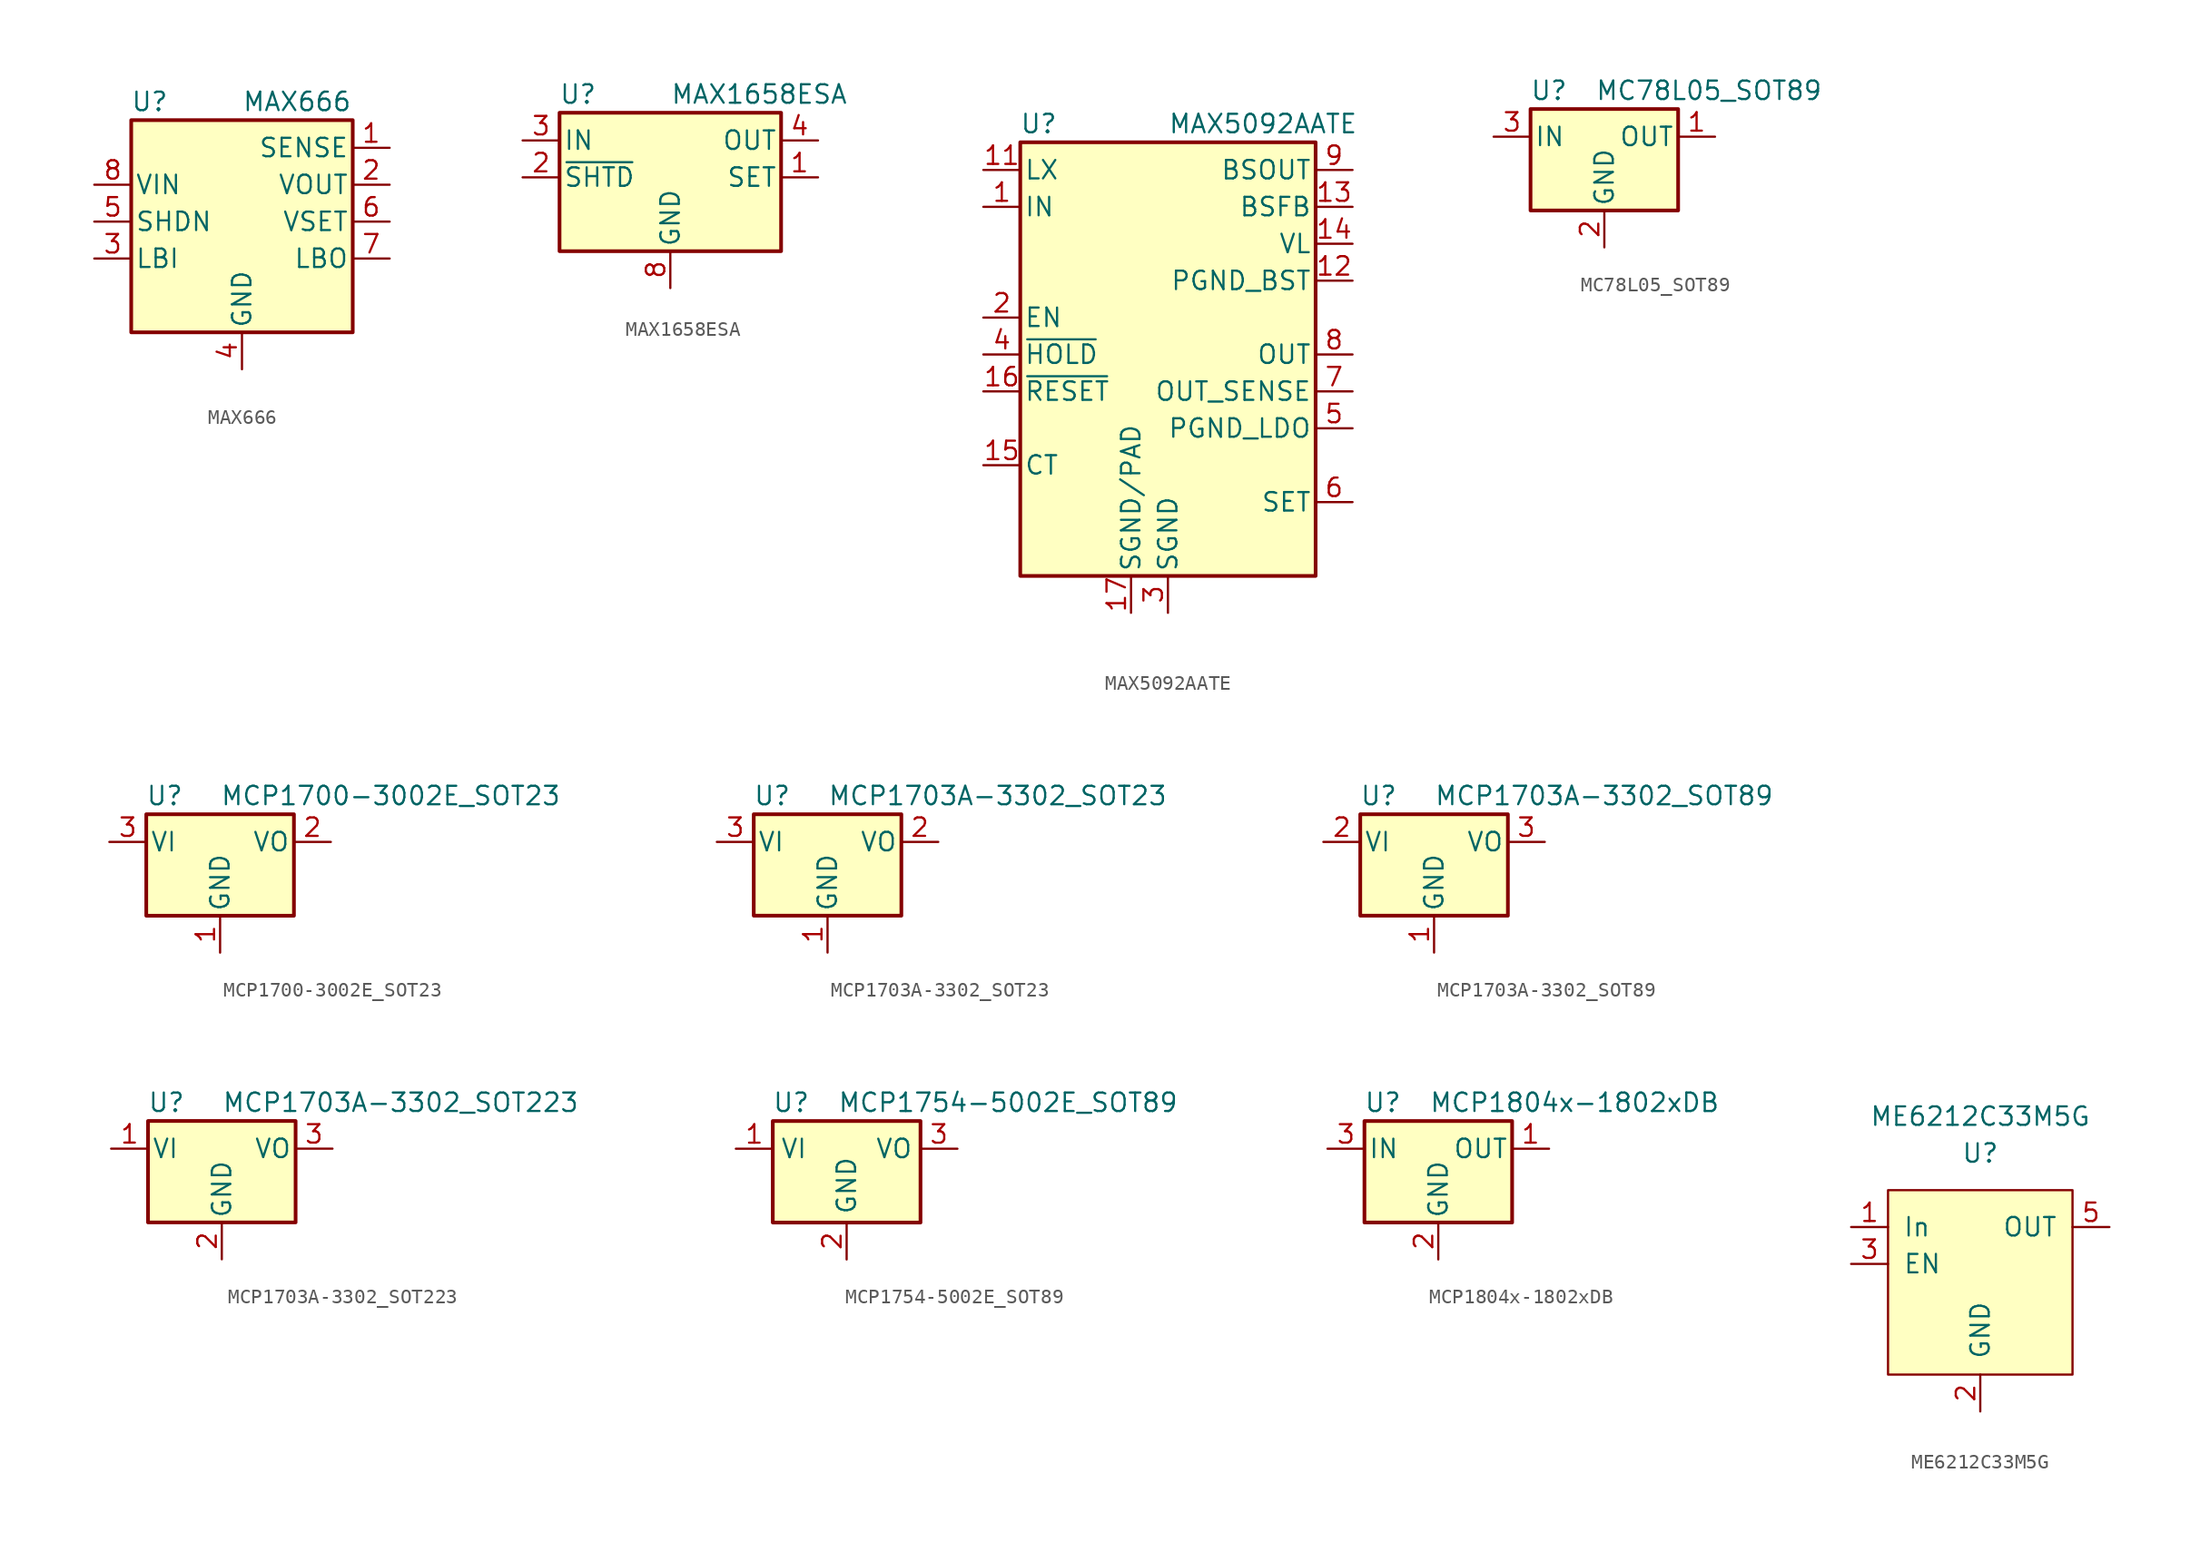
<source format=kicad_sym>
(kicad_symbol_lib
  (version 20201005)
  (generator kicad_symbol_editor)
  (symbol "MAX666"
    (pin_names
      (offset 0.254))
    (property "Reference" "U"
      (at -6.35 8.255 0)
      (effects (font (size 1.27 1.27))))
    (property "Value" "MAX666"
      (at 0 8.255 0)
      (effects (font (size 1.27 1.27)) (justify left)))
    (symbol "MAX666_0_1"
      (rectangle (start -7.62 -7.62) (end 7.62 6.985) (stroke (width 0.254)) (fill (type background))))
    (symbol "MAX666_1_1"
      (pin input line (at 10.16 5.08 180) (length 2.54) (name "SENSE" (effects (font (size 1.27 1.27)))) (number "1" (effects (font (size 1.27 1.27)))))
      (pin power_out line (at 10.16 2.54 180) (length 2.54) (name "VOUT" (effects (font (size 1.27 1.27)))) (number "2" (effects (font (size 1.27 1.27)))))
      (pin input line (at -10.16 -2.54 0) (length 2.54) (name "LBI" (effects (font (size 1.27 1.27)))) (number "3" (effects (font (size 1.27 1.27)))))
      (pin power_in line (at 0 -10.16 90) (length 2.54) (name "GND" (effects (font (size 1.27 1.27)))) (number "4" (effects (font (size 1.27 1.27)))))
      (pin input line (at -10.16 0 0) (length 2.54) (name "SHDN" (effects (font (size 1.27 1.27)))) (number "5" (effects (font (size 1.27 1.27)))))
      (pin input line (at 10.16 0 180) (length 2.54) (name "VSET" (effects (font (size 1.27 1.27)))) (number "6" (effects (font (size 1.27 1.27)))))
      (pin output line (at 10.16 -2.54 180) (length 2.54) (name "LBO" (effects (font (size 1.27 1.27)))) (number "7" (effects (font (size 1.27 1.27)))))
      (pin power_in line (at -10.16 2.54 0) (length 2.54) (name "VIN" (effects (font (size 1.27 1.27)))) (number "8" (effects (font (size 1.27 1.27)))))))
  (symbol "MAX1658ESA"
    (pin_names
      (offset 0.254))
    (property "Reference" "U"
      (at -6.35 5.715 0)
      (effects (font (size 1.27 1.27))))
    (property "Value" "MAX1658ESA"
      (at 0 5.715 0)
      (effects (font (size 1.27 1.27)) (justify left)))
    (symbol "MAX1658ESA_0_1"
      (rectangle (start -7.62 4.445) (end 7.62 -5.08) (stroke (width 0.254)) (fill (type background))))
    (symbol "MAX1658ESA_1_1"
      (pin passive line (at 10.16 0 180) (length 2.54) (name "SET" (effects (font (size 1.27 1.27)))) (number "1" (effects (font (size 1.27 1.27)))))
      (pin input line (at -10.16 0 0) (length 2.54) (name "~SHTD" (effects (font (size 1.27 1.27)))) (number "2" (effects (font (size 1.27 1.27)))))
      (pin power_in line (at -10.16 2.54 0) (length 2.54) (name "IN" (effects (font (size 1.27 1.27)))) (number "3" (effects (font (size 1.27 1.27)))))
      (pin power_out line (at 10.16 2.54 180) (length 2.54) (name "OUT" (effects (font (size 1.27 1.27)))) (number "4" (effects (font (size 1.27 1.27)))))
      (pin passive line (at 10.16 2.54 180) (length 2.54) hide (name "OUT" (effects (font (size 1.27 1.27)))) (number "5" (effects (font (size 1.27 1.27)))))
      (pin passive line (at -10.16 2.54 0) (length 2.54) hide (name "IN" (effects (font (size 1.27 1.27)))) (number "6" (effects (font (size 1.27 1.27)))))
      (pin passive line (at -10.16 2.54 0) (length 2.54) hide (name "IN" (effects (font (size 1.27 1.27)))) (number "7" (effects (font (size 1.27 1.27)))))
      (pin power_in line (at 0 -7.62 90) (length 2.54) (name "GND" (effects (font (size 1.27 1.27)))) (number "8" (effects (font (size 1.27 1.27)))))))
  (symbol "MAX5092AATE"
    (pin_names
      (offset 0.254))
    (property "Reference" "U"
      (at -8.89 15.875 0)
      (effects (font (size 1.27 1.27))))
    (property "Value" "MAX5092AATE"
      (at 0 15.875 0)
      (effects (font (size 1.27 1.27)) (justify left)))
    (symbol "MAX5092AATE_0_1"
      (rectangle (start -10.16 14.605) (end 10.16 -15.24) (stroke (width 0.254)) (fill (type background))))
    (symbol "MAX5092AATE_1_1"
      (pin power_in line (at -12.7 10.16 0) (length 2.54) (name "IN" (effects (font (size 1.27 1.27)))) (number "1" (effects (font (size 1.27 1.27)))))
      (pin passive line (at -12.7 12.7 0) (length 2.54) hide (name "LX" (effects (font (size 1.27 1.27)))) (number "10" (effects (font (size 1.27 1.27)))))
      (pin passive line (at -12.7 12.7 0) (length 2.54) (name "LX" (effects (font (size 1.27 1.27)))) (number "11" (effects (font (size 1.27 1.27)))))
      (pin power_in line (at 12.7 5.08 180) (length 2.54) (name "PGND_BST" (effects (font (size 1.27 1.27)))) (number "12" (effects (font (size 1.27 1.27)))))
      (pin input line (at 12.7 10.16 180) (length 2.54) (name "BSFB" (effects (font (size 1.27 1.27)))) (number "13" (effects (font (size 1.27 1.27)))))
      (pin passive line (at 12.7 7.62 180) (length 2.54) (name "VL" (effects (font (size 1.27 1.27)))) (number "14" (effects (font (size 1.27 1.27)))))
      (pin passive line (at -12.7 -7.62 0) (length 2.54) (name "CT" (effects (font (size 1.27 1.27)))) (number "15" (effects (font (size 1.27 1.27)))))
      (pin open_collector line (at -12.7 -2.54 0) (length 2.54) (name "~RESET~" (effects (font (size 1.27 1.27)))) (number "16" (effects (font (size 1.27 1.27)))))
      (pin power_in line (at -2.54 -17.78 90) (length 2.54) (name "SGND/PAD" (effects (font (size 1.27 1.27)))) (number "17" (effects (font (size 1.27 1.27)))))
      (pin input line (at -12.7 2.54 0) (length 2.54) (name "EN" (effects (font (size 1.27 1.27)))) (number "2" (effects (font (size 1.27 1.27)))))
      (pin power_in line (at 0 -17.78 90) (length 2.54) (name "SGND" (effects (font (size 1.27 1.27)))) (number "3" (effects (font (size 1.27 1.27)))))
      (pin input line (at -12.7 0 0) (length 2.54) (name "~HOLD~" (effects (font (size 1.27 1.27)))) (number "4" (effects (font (size 1.27 1.27)))))
      (pin power_in line (at 12.7 -5.08 180) (length 2.54) (name "PGND_LDO" (effects (font (size 1.27 1.27)))) (number "5" (effects (font (size 1.27 1.27)))))
      (pin input line (at 12.7 -10.16 180) (length 2.54) (name "SET" (effects (font (size 1.27 1.27)))) (number "6" (effects (font (size 1.27 1.27)))))
      (pin input line (at 12.7 -2.54 180) (length 2.54) (name "OUT_SENSE" (effects (font (size 1.27 1.27)))) (number "7" (effects (font (size 1.27 1.27)))))
      (pin power_out line (at 12.7 0 180) (length 2.54) (name "OUT" (effects (font (size 1.27 1.27)))) (number "8" (effects (font (size 1.27 1.27)))))
      (pin power_out line (at 12.7 12.7 180) (length 2.54) (name "BSOUT" (effects (font (size 1.27 1.27)))) (number "9" (effects (font (size 1.27 1.27)))))))
  (symbol "MC78L05_SOT89"
    (pin_names
      (offset 0.254))
    (property "Reference" "U"
      (at -3.81 3.175 0)
      (effects (font (size 1.27 1.27))))
    (property "Value" "MC78L05_SOT89"
      (at -0.635 3.175 0)
      (effects (font (size 1.27 1.27)) (justify left)))
    (symbol "MC78L05_SOT89_0_1"
      (rectangle (start -5.08 1.905) (end 5.08 -5.08) (stroke (width 0.254)) (fill (type background))))
    (symbol "MC78L05_SOT89_1_1"
      (pin power_out line (at 7.62 0 180) (length 2.54) (name "OUT" (effects (font (size 1.27 1.27)))) (number "1" (effects (font (size 1.27 1.27)))))
      (pin power_in line (at 0 -7.62 90) (length 2.54) (name "GND" (effects (font (size 1.27 1.27)))) (number "2" (effects (font (size 1.27 1.27)))))
      (pin power_in line (at -7.62 0 0) (length 2.54) (name "IN" (effects (font (size 1.27 1.27)))) (number "3" (effects (font (size 1.27 1.27)))))))
  (symbol "MCP1700-3002E_SOT23"
    (pin_names
      (offset 0.254))
    (property "Reference" "U"
      (at -3.81 3.175 0)
      (effects (font (size 1.27 1.27))))
    (property "Value" "MCP1700-3002E_SOT23"
      (at 0 3.175 0)
      (effects (font (size 1.27 1.27)) (justify left)))
    (symbol "MCP1700-3002E_SOT23_0_1"
      (rectangle (start -5.08 1.905) (end 5.08 -5.08) (stroke (width 0.254)) (fill (type background))))
    (symbol "MCP1700-3002E_SOT23_1_1"
      (pin power_in line (at 0 -7.62 90) (length 2.54) (name "GND" (effects (font (size 1.27 1.27)))) (number "1" (effects (font (size 1.27 1.27)))))
      (pin power_out line (at 7.62 0 180) (length 2.54) (name "VO" (effects (font (size 1.27 1.27)))) (number "2" (effects (font (size 1.27 1.27)))))
      (pin power_in line (at -7.62 0 0) (length 2.54) (name "VI" (effects (font (size 1.27 1.27)))) (number "3" (effects (font (size 1.27 1.27)))))))
  (symbol "MCP1703A-3302_SOT23"
    (pin_names
      (offset 0.254))
    (property "Reference" "U"
      (at -3.81 3.175 0)
      (effects (font (size 1.27 1.27))))
    (property "Value" "MCP1703A-3302_SOT23"
      (at 0 3.175 0)
      (effects (font (size 1.27 1.27)) (justify left)))
    (symbol "MCP1703A-3302_SOT23_0_1"
      (rectangle (start -5.08 -5.08) (end 5.08 1.905) (stroke (width 0.254)) (fill (type background))))
    (symbol "MCP1703A-3302_SOT23_1_1"
      (pin power_in line (at 0 -7.62 90) (length 2.54) (name "GND" (effects (font (size 1.27 1.27)))) (number "1" (effects (font (size 1.27 1.27)))))
      (pin power_out line (at 7.62 0 180) (length 2.54) (name "VO" (effects (font (size 1.27 1.27)))) (number "2" (effects (font (size 1.27 1.27)))))
      (pin power_in line (at -7.62 0 0) (length 2.54) (name "VI" (effects (font (size 1.27 1.27)))) (number "3" (effects (font (size 1.27 1.27)))))))
  (symbol "MCP1703A-3302_SOT89"
    (pin_names
      (offset 0.254))
    (property "Reference" "U"
      (at -3.81 3.175 0)
      (effects (font (size 1.27 1.27))))
    (property "Value" "MCP1703A-3302_SOT89"
      (at 0 3.175 0)
      (effects (font (size 1.27 1.27)) (justify left)))
    (symbol "MCP1703A-3302_SOT89_0_1"
      (rectangle (start -5.08 -5.08) (end 5.08 1.905) (stroke (width 0.254)) (fill (type background))))
    (symbol "MCP1703A-3302_SOT89_1_1"
      (pin power_in line (at 0 -7.62 90) (length 2.54) (name "GND" (effects (font (size 1.27 1.27)))) (number "1" (effects (font (size 1.27 1.27)))))
      (pin power_in line (at -7.62 0 0) (length 2.54) (name "VI" (effects (font (size 1.27 1.27)))) (number "2" (effects (font (size 1.27 1.27)))))
      (pin power_out line (at 7.62 0 180) (length 2.54) (name "VO" (effects (font (size 1.27 1.27)))) (number "3" (effects (font (size 1.27 1.27)))))))
  (symbol "MCP1703A-3302_SOT223"
    (pin_names
      (offset 0.254))
    (property "Reference" "U"
      (at -3.81 3.175 0)
      (effects (font (size 1.27 1.27))))
    (property "Value" "MCP1703A-3302_SOT223"
      (at 0 3.175 0)
      (effects (font (size 1.27 1.27)) (justify left)))
    (symbol "MCP1703A-3302_SOT223_0_1"
      (rectangle (start -5.08 -5.08) (end 5.08 1.905) (stroke (width 0.254)) (fill (type background))))
    (symbol "MCP1703A-3302_SOT223_1_1"
      (pin power_in line (at -7.62 0 0) (length 2.54) (name "VI" (effects (font (size 1.27 1.27)))) (number "1" (effects (font (size 1.27 1.27)))))
      (pin power_in line (at 0 -7.62 90) (length 2.54) (name "GND" (effects (font (size 1.27 1.27)))) (number "2" (effects (font (size 1.27 1.27)))))
      (pin power_out line (at 7.62 0 180) (length 2.54) (name "VO" (effects (font (size 1.27 1.27)))) (number "3" (effects (font (size 1.27 1.27)))))))
  (symbol "MCP1754-5002E_SOT89"
    (property "Reference" "U"
      (at -3.81 3.175 0)
      (effects (font (size 1.27 1.27))))
    (property "Value" "MCP1754-5002E_SOT89"
      (at -0.635 3.175 0)
      (effects (font (size 1.27 1.27)) (justify left)))
    (symbol "MCP1754-5002E_SOT89_0_1"
      (rectangle (start -5.08 -5.08) (end 5.08 1.905) (stroke (width 0.254)) (fill (type background))))
    (symbol "MCP1754-5002E_SOT89_1_1"
      (pin power_in line (at -7.62 0 0) (length 2.54) (name "VI" (effects (font (size 1.27 1.27)))) (number "1" (effects (font (size 1.27 1.27)))))
      (pin power_in line (at 0 -7.62 90) (length 2.54) (name "GND" (effects (font (size 1.27 1.27)))) (number "2" (effects (font (size 1.27 1.27)))))
      (pin power_out line (at 7.62 0 180) (length 2.54) (name "VO" (effects (font (size 1.27 1.27)))) (number "3" (effects (font (size 1.27 1.27)))))))
  (symbol "MCP1804x-1802xDB"
    (pin_names
      (offset 0.254))
    (property "Reference" "U"
      (at -3.81 3.175 0)
      (effects (font (size 1.27 1.27))))
    (property "Value" "MCP1804x-1802xDB"
      (at -0.635 3.175 0)
      (effects (font (size 1.27 1.27)) (justify left)))
    (symbol "MCP1804x-1802xDB_0_1"
      (rectangle (start -5.08 1.905) (end 5.08 -5.08) (stroke (width 0.254)) (fill (type background))))
    (symbol "MCP1804x-1802xDB_1_1"
      (pin power_out line (at 7.62 0 180) (length 2.54) (name "OUT" (effects (font (size 1.27 1.27)))) (number "1" (effects (font (size 1.27 1.27)))))
      (pin power_in line (at 0 -7.62 90) (length 2.54) (name "GND" (effects (font (size 1.27 1.27)))) (number "2" (effects (font (size 1.27 1.27)))))
      (pin power_in line (at -7.62 0 0) (length 2.54) (name "IN" (effects (font (size 1.27 1.27)))) (number "3" (effects (font (size 1.27 1.27)))))))
  (symbol "ME6212C33M5G"
    (pin_names
      (offset 1.016))
    (property "Reference" "U"
      (at 0 8.89 0)
      (effects (font (size 1.27 1.27))))
    (property "Value" "ME6212C33M5G"
      (at 0 11.43 0)
      (effects (font (size 1.27 1.27))))
    (symbol "ME6212C33M5G_0_1"
      (rectangle (start -6.35 6.35) (end 6.35 -6.35) (stroke (width 0)) (fill (type background))))
    (symbol "ME6212C33M5G_1_1"
      (pin input line (at -8.89 3.81 0) (length 2.54) (name "In" (effects (font (size 1.27 1.27)))) (number "1" (effects (font (size 1.27 1.27)))))
      (pin input line (at 0 -8.89 90) (length 2.54) (name "GND" (effects (font (size 1.27 1.27)))) (number "2" (effects (font (size 1.27 1.27)))))
      (pin input line (at -8.89 1.27 0) (length 2.54) (name "EN" (effects (font (size 1.27 1.27)))) (number "3" (effects (font (size 1.27 1.27)))))
      (pin no_connect line (at 6.35 -8.89 0) (length 2.54) hide (name "NC" (effects (font (size 1.27 1.27)))) (number "4" (effects (font (size 1.27 1.27)))))
      (pin input line (at 8.89 3.81 180) (length 2.54) (name "OUT" (effects (font (size 1.27 1.27)))) (number "5" (effects (font (size 1.27 1.27))))))))
</source>
